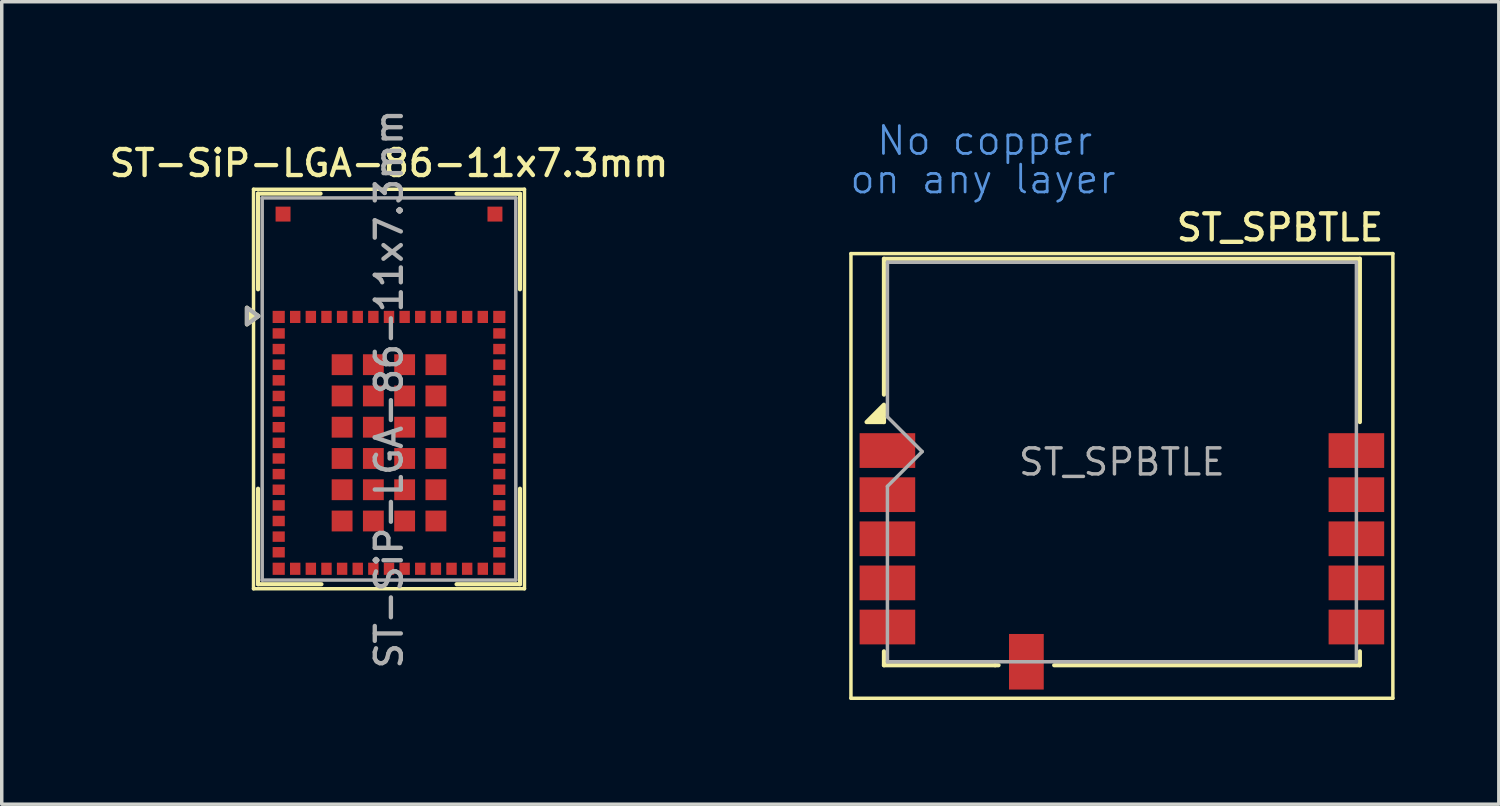
<source format=kicad_pcb>
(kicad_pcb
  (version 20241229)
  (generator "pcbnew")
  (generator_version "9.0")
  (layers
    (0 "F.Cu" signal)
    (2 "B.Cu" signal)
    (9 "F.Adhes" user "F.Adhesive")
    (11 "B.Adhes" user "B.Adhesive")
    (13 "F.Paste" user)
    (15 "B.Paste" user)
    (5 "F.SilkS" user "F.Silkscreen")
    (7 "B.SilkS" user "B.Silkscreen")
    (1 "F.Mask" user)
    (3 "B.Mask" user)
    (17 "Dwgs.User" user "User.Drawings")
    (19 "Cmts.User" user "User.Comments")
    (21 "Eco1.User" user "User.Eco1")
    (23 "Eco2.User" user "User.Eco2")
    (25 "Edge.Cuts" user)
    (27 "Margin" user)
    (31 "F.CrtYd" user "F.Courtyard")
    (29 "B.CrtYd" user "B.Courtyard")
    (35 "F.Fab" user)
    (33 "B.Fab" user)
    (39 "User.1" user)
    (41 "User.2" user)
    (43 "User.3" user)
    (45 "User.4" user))
  (footprint "ST-SiP-LGA-86-11x7.3mm"
    (layer "F.Cu")
    (at 8.148 8.148)
    (property "Reference" "ST-SiP-LGA-86-11x7.3mm" (at 0 -6.5 0) (layer "F.SilkS") (effects (font (size 0.75 0.75) (thickness 0.125))))
    (attr smd)
    (fp_line (start -3.9 -5.75) (end 3.9 -5.75) (stroke (width 0.1) (type solid)) (layer "F.SilkS"))
    (fp_line (start -3.9 5.75) (end -3.9 -5.75) (stroke (width 0.1) (type solid)) (layer "F.SilkS"))
    (fp_line (start -3.77 -5.625) (end -3.77 -2.87) (stroke (width 0.12) (type solid)) (layer "F.SilkS"))
    (fp_line (start -3.77 5.62) (end -3.77 2.87) (stroke (width 0.12) (type solid)) (layer "F.SilkS"))
    (fp_line (start -1.97 -5.625) (end -3.77 -5.625) (stroke (width 0.12) (type solid)) (layer "F.SilkS"))
    (fp_line (start -1.945 5.62) (end -3.77 5.62) (stroke (width 0.12) (type solid)) (layer "F.SilkS"))
    (fp_line (start 1.945 -5.62) (end 3.77 -5.62) (stroke (width 0.12) (type solid)) (layer "F.SilkS"))
    (fp_line (start 1.945 5.62) (end 3.77 5.62) (stroke (width 0.12) (type solid)) (layer "F.SilkS"))
    (fp_line (start 3.77 -5.62) (end 3.77 -2.87) (stroke (width 0.12) (type solid)) (layer "F.SilkS"))
    (fp_line (start 3.77 5.62) (end 3.77 2.87) (stroke (width 0.12) (type solid)) (layer "F.SilkS"))
    (fp_line (start 3.9 -5.75) (end 3.9 5.75) (stroke (width 0.1) (type solid)) (layer "F.SilkS"))
    (fp_line (start 3.9 5.75) (end -3.9 5.75) (stroke (width 0.1) (type solid)) (layer "F.SilkS"))
    (fp_poly (pts (xy -3.76 -2.1) (xy -4.09 -1.86) (xy -4.09 -2.34) (xy -3.76 -2.1)) (stroke (width 0.12) (type solid)) (fill yes) (layer "F.SilkS"))
    (fp_line (start -3.65 -5.5) (end -3.65 5.5) (stroke (width 0.1) (type solid)) (layer "F.Fab"))
    (fp_line (start -3.65 -5.5) (end 3.65 -5.5) (stroke (width 0.1) (type solid)) (layer "F.Fab"))
    (fp_line (start -3.65 5.5) (end 3.65 5.5) (stroke (width 0.1) (type solid)) (layer "F.Fab"))
    (fp_line (start 3.65 5.5) (end 3.65 -5.5) (stroke (width 0.1) (type solid)) (layer "F.Fab"))
    (fp_poly (pts (xy -3.76 -2.1) (xy -4.09 -1.86) (xy -4.09 -2.34) (xy -3.76 -2.1)) (stroke (width 0.12) (type solid)) (fill no) (layer "F.Fab"))
    (fp_text user "${REFERENCE}" (at 0 0 270) (layer "F.Fab") (effects (font (size 0.75 0.75) (thickness 0.125))))
    (pad "1" smd rect (at -3.175 -2.075) (size 0.35 0.35) (layers "F.Cu" "F.Mask" "F.Paste"))
    (pad "2" smd rect (at -3.175 -1.6) (size 0.35 0.3) (layers "F.Cu" "F.Mask" "F.Paste"))
    (pad "3" smd rect (at -3.175 -1.15) (size 0.35 0.3) (layers "F.Cu" "F.Mask" "F.Paste"))
    (pad "4" smd rect (at -3.175 -0.7) (size 0.35 0.3) (layers "F.Cu" "F.Mask" "F.Paste"))
    (pad "5" smd rect (at -3.175 -0.25) (size 0.35 0.3) (layers "F.Cu" "F.Mask" "F.Paste"))
    (pad "6" smd rect (at -3.175 0.2) (size 0.35 0.3) (layers "F.Cu" "F.Mask" "F.Paste"))
    (pad "7" smd rect (at -3.175 0.65) (size 0.35 0.3) (layers "F.Cu" "F.Mask" "F.Paste"))
    (pad "8" smd rect (at -3.175 1.1) (size 0.35 0.3) (layers "F.Cu" "F.Mask" "F.Paste"))
    (pad "9" smd rect (at -3.175 1.55) (size 0.35 0.3) (layers "F.Cu" "F.Mask" "F.Paste"))
    (pad "10" smd rect (at -3.175 2) (size 0.35 0.3) (layers "F.Cu" "F.Mask" "F.Paste"))
    (pad "11" smd rect (at -3.175 2.45) (size 0.35 0.3) (layers "F.Cu" "F.Mask" "F.Paste"))
    (pad "12" smd rect (at -3.175 2.9) (size 0.35 0.3) (layers "F.Cu" "F.Mask" "F.Paste"))
    (pad "13" smd rect (at -3.175 3.35) (size 0.35 0.3) (layers "F.Cu" "F.Mask" "F.Paste"))
    (pad "14" smd rect (at -3.175 3.8) (size 0.35 0.3) (layers "F.Cu" "F.Mask" "F.Paste"))
    (pad "15" smd rect (at -3.175 4.25) (size 0.35 0.3) (layers "F.Cu" "F.Mask" "F.Paste"))
    (pad "16" smd rect (at -3.175 4.7) (size 0.35 0.3) (layers "F.Cu" "F.Mask" "F.Paste"))
    (pad "17" smd rect (at -3.175 5.175) (size 0.35 0.35) (layers "F.Cu" "F.Mask" "F.Paste"))
    (pad "18" smd rect (at -2.7 5.175) (size 0.3 0.35) (layers "F.Cu" "F.Mask" "F.Paste"))
    (pad "19" smd rect (at -2.25 5.175) (size 0.3 0.35) (layers "F.Cu" "F.Mask" "F.Paste"))
    (pad "20" smd rect (at -1.8 5.175) (size 0.3 0.35) (layers "F.Cu" "F.Mask" "F.Paste"))
    (pad "21" smd rect (at -1.35 5.175) (size 0.3 0.35) (layers "F.Cu" "F.Mask" "F.Paste"))
    (pad "22" smd rect (at -0.9 5.175) (size 0.3 0.35) (layers "F.Cu" "F.Mask" "F.Paste"))
    (pad "23" smd rect (at -0.45 5.175) (size 0.3 0.35) (layers "F.Cu" "F.Mask" "F.Paste"))
    (pad "24" smd rect (at 0 5.175) (size 0.3 0.35) (layers "F.Cu" "F.Mask" "F.Paste"))
    (pad "25" smd rect (at 0.45 5.175) (size 0.3 0.35) (layers "F.Cu" "F.Mask" "F.Paste"))
    (pad "26" smd rect (at 0.9 5.175) (size 0.3 0.35) (layers "F.Cu" "F.Mask" "F.Paste"))
    (pad "27" smd rect (at 1.35 5.175) (size 0.3 0.35) (layers "F.Cu" "F.Mask" "F.Paste"))
    (pad "28" smd rect (at 1.8 5.175) (size 0.3 0.35) (layers "F.Cu" "F.Mask" "F.Paste"))
    (pad "29" smd rect (at 2.25 5.175) (size 0.3 0.35) (layers "F.Cu" "F.Mask" "F.Paste"))
    (pad "30" smd rect (at 2.7 5.175) (size 0.3 0.35) (layers "F.Cu" "F.Mask" "F.Paste"))
    (pad "31" smd rect (at 3.175 5.175) (size 0.35 0.35) (layers "F.Cu" "F.Mask" "F.Paste"))
    (pad "32" smd rect (at 3.175 4.7) (size 0.35 0.3) (layers "F.Cu" "F.Mask" "F.Paste"))
    (pad "33" smd rect (at 3.175 4.25) (size 0.35 0.3) (layers "F.Cu" "F.Mask" "F.Paste"))
    (pad "34" smd rect (at 3.175 3.8) (size 0.35 0.3) (layers "F.Cu" "F.Mask" "F.Paste"))
    (pad "35" smd rect (at 3.175 3.35) (size 0.35 0.3) (layers "F.Cu" "F.Mask" "F.Paste"))
    (pad "36" smd rect (at 3.175 2.9) (size 0.35 0.3) (layers "F.Cu" "F.Mask" "F.Paste"))
    (pad "37" smd rect (at 3.175 2.45) (size 0.35 0.3) (layers "F.Cu" "F.Mask" "F.Paste"))
    (pad "38" smd rect (at 3.175 2) (size 0.35 0.3) (layers "F.Cu" "F.Mask" "F.Paste"))
    (pad "39" smd rect (at 3.175 1.55) (size 0.35 0.3) (layers "F.Cu" "F.Mask" "F.Paste"))
    (pad "40" smd rect (at 3.175 1.1) (size 0.35 0.3) (layers "F.Cu" "F.Mask" "F.Paste"))
    (pad "41" smd rect (at 3.175 0.65) (size 0.35 0.3) (layers "F.Cu" "F.Mask" "F.Paste"))
    (pad "42" smd rect (at 3.175 0.2) (size 0.35 0.3) (layers "F.Cu" "F.Mask" "F.Paste"))
    (pad "43" smd rect (at 3.175 -0.25) (size 0.35 0.3) (layers "F.Cu" "F.Mask" "F.Paste"))
    (pad "44" smd rect (at 3.175 -0.7) (size 0.35 0.3) (layers "F.Cu" "F.Mask" "F.Paste"))
    (pad "45" smd rect (at 3.175 -1.15) (size 0.35 0.3) (layers "F.Cu" "F.Mask" "F.Paste"))
    (pad "46" smd rect (at 3.175 -1.6) (size 0.35 0.3) (layers "F.Cu" "F.Mask" "F.Paste"))
    (pad "47" smd rect (at 3.175 -2.075) (size 0.35 0.35) (layers "F.Cu" "F.Mask" "F.Paste"))
    (pad "48" smd rect (at 2.7 -2.075) (size 0.3 0.35) (layers "F.Cu" "F.Mask" "F.Paste"))
    (pad "49" smd rect (at 2.25 -2.075) (size 0.3 0.35) (layers "F.Cu" "F.Mask" "F.Paste"))
    (pad "50" smd rect (at 1.8 -2.075) (size 0.3 0.35) (layers "F.Cu" "F.Mask" "F.Paste"))
    (pad "51" smd rect (at 1.35 -2.075) (size 0.3 0.35) (layers "F.Cu" "F.Mask" "F.Paste"))
    (pad "52" smd rect (at 0.9 -2.075) (size 0.3 0.35) (layers "F.Cu" "F.Mask" "F.Paste"))
    (pad "53" smd rect (at 0.45 -2.075) (size 0.3 0.35) (layers "F.Cu" "F.Mask" "F.Paste"))
    (pad "54" smd rect (at 0 -2.075) (size 0.3 0.35) (layers "F.Cu" "F.Mask" "F.Paste"))
    (pad "55" smd rect (at -0.45 -2.075) (size 0.3 0.35) (layers "F.Cu" "F.Mask" "F.Paste"))
    (pad "56" smd rect (at -0.9 -2.075) (size 0.3 0.35) (layers "F.Cu" "F.Mask" "F.Paste"))
    (pad "57" smd rect (at -1.35 -2.075) (size 0.3 0.35) (layers "F.Cu" "F.Mask" "F.Paste"))
    (pad "58" smd rect (at -1.8 -2.075) (size 0.3 0.35) (layers "F.Cu" "F.Mask" "F.Paste"))
    (pad "59" smd rect (at -2.25 -2.075) (size 0.3 0.35) (layers "F.Cu" "F.Mask" "F.Paste"))
    (pad "60" smd rect (at -2.7 -2.075) (size 0.3 0.35) (layers "F.Cu" "F.Mask" "F.Paste"))
    (pad "61" smd rect (at -1.35 -0.7) (size 0.6 0.6) (layers "F.Cu" "F.Mask" "F.Paste"))
    (pad "62" smd rect (at -1.35 0.2) (size 0.6 0.6) (layers "F.Cu" "F.Mask" "F.Paste"))
    (pad "63" smd rect (at -1.35 1.1) (size 0.6 0.6) (layers "F.Cu" "F.Mask" "F.Paste"))
    (pad "64" smd rect (at -1.35 2) (size 0.6 0.6) (layers "F.Cu" "F.Mask" "F.Paste"))
    (pad "65" smd rect (at -1.35 2.9) (size 0.6 0.6) (layers "F.Cu" "F.Mask" "F.Paste"))
    (pad "66" smd rect (at -1.35 3.8) (size 0.6 0.6) (layers "F.Cu" "F.Mask" "F.Paste"))
    (pad "67" smd rect (at -0.45 3.8) (size 0.6 0.6) (layers "F.Cu" "F.Mask" "F.Paste"))
    (pad "68" smd rect (at 0.45 3.8) (size 0.6 0.6) (layers "F.Cu" "F.Mask" "F.Paste"))
    (pad "69" smd rect (at 1.35 3.8) (size 0.6 0.6) (layers "F.Cu" "F.Mask" "F.Paste"))
    (pad "70" smd rect (at 1.35 2.9) (size 0.6 0.6) (layers "F.Cu" "F.Mask" "F.Paste"))
    (pad "71" smd rect (at 1.35 2) (size 0.6 0.6) (layers "F.Cu" "F.Mask" "F.Paste"))
    (pad "72" smd rect (at 1.35 1.1) (size 0.6 0.6) (layers "F.Cu" "F.Mask" "F.Paste"))
    (pad "73" smd rect (at 1.35 0.2) (size 0.6 0.6) (layers "F.Cu" "F.Mask" "F.Paste"))
    (pad "74" smd rect (at 1.35 -0.7) (size 0.6 0.6) (layers "F.Cu" "F.Mask" "F.Paste"))
    (pad "75" smd rect (at 0.45 -0.7) (size 0.6 0.6) (layers "F.Cu" "F.Mask" "F.Paste"))
    (pad "76" smd rect (at -0.45 -0.7) (size 0.6 0.6) (layers "F.Cu" "F.Mask" "F.Paste"))
    (pad "77" smd rect (at -0.45 0.2) (size 0.6 0.6) (layers "F.Cu" "F.Mask" "F.Paste"))
    (pad "78" smd rect (at -0.45 1.1) (size 0.6 0.6) (layers "F.Cu" "F.Mask" "F.Paste"))
    (pad "79" smd rect (at -0.45 2) (size 0.6 0.6) (layers "F.Cu" "F.Mask" "F.Paste"))
    (pad "80" smd rect (at -0.45 2.9) (size 0.6 0.6) (layers "F.Cu" "F.Mask" "F.Paste"))
    (pad "81" smd rect (at 0.45 2.9) (size 0.6 0.6) (layers "F.Cu" "F.Mask" "F.Paste"))
    (pad "82" smd rect (at 0.45 2) (size 0.6 0.6) (layers "F.Cu" "F.Mask" "F.Paste"))
    (pad "83" smd rect (at 0.45 1.1) (size 0.6 0.6) (layers "F.Cu" "F.Mask" "F.Paste"))
    (pad "84" smd rect (at 0.45 0.2) (size 0.6 0.6) (layers "F.Cu" "F.Mask" "F.Paste"))
    (pad "85" smd rect (at -3.05 -5.035) (size 0.43 0.43) (layers "F.Cu" "F.Mask" "F.Paste"))
    (pad "86" smd rect (at 3.05 -5.035) (size 0.43 0.43) (layers "F.Cu" "F.Mask" "F.Paste"))
    (zone (net_name "") (layers "F.Cu" "B.Cu") (hatch full 0.508) (connect_pads) (min_thickness 0.254) (filled_areas_thickness no) (keepout (tracks not_allowed) (vias not_allowed) (pads allowed) (copperpour not_allowed) (footprints not_allowed)) (placement (enabled no)) (fill) (polygon (pts (xy 10.798 5.148) (xy 3.198 5.148) (xy 3.198 1.648) (xy 10.798 1.648)))))
  (footprint "ST_SPBTLE"
    (layer "F.Cu")
    (at 29.246 13.11)
    (property "Reference" "ST_SPBTLE" (at 4.55 -9.61 0) (layer "F.SilkS") (effects (font (size 0.75 0.75) (thickness 0.125))))
    (attr smd)
    (fp_line (start -7.8 3.94) (end -7.8 -8.86) (stroke (width 0.1) (type solid)) (layer "F.SilkS"))
    (fp_line (start -7.8 3.94) (end 7.8 3.94) (stroke (width 0.1) (type solid)) (layer "F.SilkS"))
    (fp_line (start -6.85 -8.71) (end 6.85 -8.71) (stroke (width 0.12) (type solid)) (layer "F.SilkS"))
    (fp_line (start -6.85 -4.8) (end -6.85 -8.71) (stroke (width 0.12) (type solid)) (layer "F.SilkS"))
    (fp_line (start -6.85 -4.11) (end -6.85 -4.01) (stroke (width 0.12) (type solid)) (layer "F.SilkS"))
    (fp_line (start -6.85 2.59) (end -6.85 2.99) (stroke (width 0.12) (type solid)) (layer "F.SilkS"))
    (fp_line (start -6.85 2.99) (end -3.65 2.99) (stroke (width 0.12) (type solid)) (layer "F.SilkS"))
    (fp_line (start -3.65 2.99) (end -3.55 2.99) (stroke (width 0.12) (type solid)) (layer "F.SilkS"))
    (fp_line (start -1.95 2.99) (end 6.85 2.99) (stroke (width 0.12) (type solid)) (layer "F.SilkS"))
    (fp_line (start 6.85 -8.71) (end 6.85 -4.01) (stroke (width 0.12) (type solid)) (layer "F.SilkS"))
    (fp_line (start 6.85 2.99) (end 6.85 2.59) (stroke (width 0.12) (type solid)) (layer "F.SilkS"))
    (fp_line (start 7.8 -8.86) (end -7.8 -8.86) (stroke (width 0.1) (type solid)) (layer "F.SilkS"))
    (fp_line (start 7.8 -8.86) (end 7.8 3.94) (stroke (width 0.1) (type solid)) (layer "F.SilkS"))
    (fp_poly (pts (xy -6.85 -4.01) (xy -7.35 -4.01) (xy -6.85 -4.51) (xy -6.85 -4.01)) (stroke (width 0.12) (type solid)) (fill yes) (layer "F.SilkS"))
    (fp_line (start -6.75 -8.61) (end -6.75 -4.16) (stroke (width 0.1) (type solid)) (layer "F.Fab"))
    (fp_line (start -6.75 -2.16) (end -6.75 2.89) (stroke (width 0.1) (type solid)) (layer "F.Fab"))
    (fp_line (start -6.75 -2.16) (end -5.75 -3.16) (stroke (width 0.1) (type solid)) (layer "F.Fab"))
    (fp_line (start -6.75 2.89) (end 6.75 2.89) (stroke (width 0.1) (type solid)) (layer "F.Fab"))
    (fp_line (start -5.75 -3.16) (end -6.75 -4.16) (stroke (width 0.1) (type solid)) (layer "F.Fab"))
    (fp_line (start 6.75 -8.61) (end -6.75 -8.61) (stroke (width 0.1) (type solid)) (layer "F.Fab"))
    (fp_line (start 6.75 2.89) (end 6.75 -8.61) (stroke (width 0.1) (type solid)) (layer "F.Fab"))
    (fp_text user "on any layer" (at -4 -11 0) (layer "Cmts.User") (effects (font (size 0.8 0.8) (thickness 0.08))))
    (fp_text user "No copper" (at -3.95 -12.11 0) (layer "Cmts.User") (effects (font (size 0.8 0.8) (thickness 0.08))))
    (fp_text user "${REFERENCE}" (at 0 -2.86 0) (layer "F.Fab") (effects (font (size 0.75 0.75) (thickness 0.1))))
    (pad "1" smd rect (at -6.75 -3.19) (size 1.6 1) (layers "F.Cu" "F.Mask" "F.Paste"))
    (pad "2" smd rect (at -6.75 -1.92) (size 1.6 1) (layers "F.Cu" "F.Mask" "F.Paste"))
    (pad "3" smd rect (at -6.75 -0.65) (size 1.6 1) (layers "F.Cu" "F.Mask" "F.Paste"))
    (pad "4" smd rect (at -6.75 0.62) (size 1.6 1) (layers "F.Cu" "F.Mask" "F.Paste"))
    (pad "5" smd rect (at -6.75 1.89) (size 1.6 1) (layers "F.Cu" "F.Mask" "F.Paste"))
    (pad "6" smd rect (at -2.75 2.89 90) (size 1.6 1) (layers "F.Cu" "F.Mask" "F.Paste"))
    (pad "7" smd rect (at 6.75 1.89) (size 1.6 1) (layers "F.Cu" "F.Mask" "F.Paste"))
    (pad "8" smd rect (at 6.75 0.62) (size 1.6 1) (layers "F.Cu" "F.Mask" "F.Paste"))
    (pad "9" smd rect (at 6.75 -0.65) (size 1.6 1) (layers "F.Cu" "F.Mask" "F.Paste"))
    (pad "10" smd rect (at 6.75 -1.92) (size 1.6 1) (layers "F.Cu" "F.Mask" "F.Paste"))
    (pad "11" smd rect (at 6.75 -3.19) (size 1.6 1) (layers "F.Cu" "F.Mask" "F.Paste"))
    (zone (net_name "") (layers "F.Cu" "B.Cu") (hatch full 0.508) (connect_pads) (min_thickness 0.254) (filled_areas_thickness no) (keepout (tracks not_allowed) (vias not_allowed) (pads not_allowed) (copperpour not_allowed) (footprints not_allowed)) (placement (enabled no)) (fill) (polygon (pts (xy 31.296 12) (xy 23.296 12.01) (xy 23.296 9.41) (xy 21.696 9.41) (xy 19.296 9.41) (xy 19.296 0) (xy 31.296 0)))))
  (gr_rect
    (start -3 -3)
    (end 40.096 20.1)
    (stroke (width 0.1) (type default))
    (fill no)
    (layer "Edge.Cuts")))
</source>
